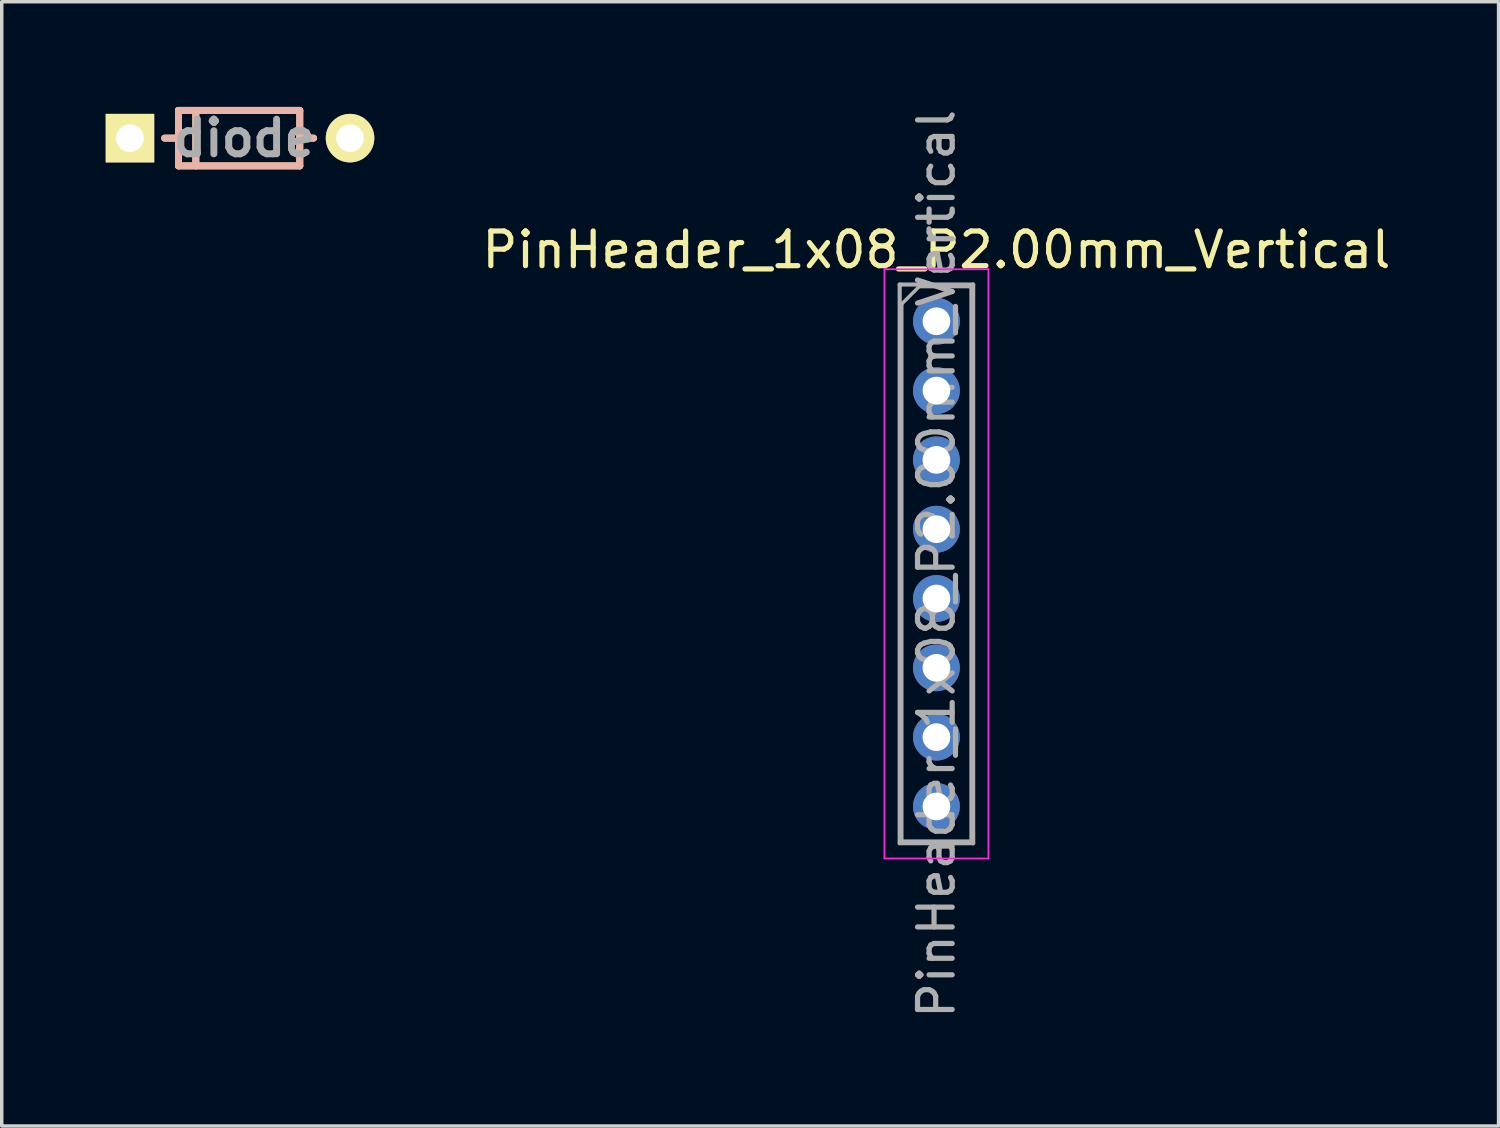
<source format=kicad_pcb>
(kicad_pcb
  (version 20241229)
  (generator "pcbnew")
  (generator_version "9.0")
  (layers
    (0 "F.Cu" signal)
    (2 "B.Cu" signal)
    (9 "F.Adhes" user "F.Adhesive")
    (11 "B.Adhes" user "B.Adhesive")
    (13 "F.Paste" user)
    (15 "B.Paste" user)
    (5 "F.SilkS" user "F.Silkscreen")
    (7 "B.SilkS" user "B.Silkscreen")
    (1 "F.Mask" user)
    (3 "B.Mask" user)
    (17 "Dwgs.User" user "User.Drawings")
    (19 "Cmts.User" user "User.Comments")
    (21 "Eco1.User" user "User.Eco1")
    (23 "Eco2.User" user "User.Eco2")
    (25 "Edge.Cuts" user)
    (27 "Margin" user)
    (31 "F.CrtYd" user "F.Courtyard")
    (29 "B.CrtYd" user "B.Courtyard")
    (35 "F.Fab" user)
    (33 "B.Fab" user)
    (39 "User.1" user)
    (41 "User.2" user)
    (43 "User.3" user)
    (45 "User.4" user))
  (footprint "diode"
    (layer "F.Cu")
    (at 0.7 0.936)
    (property "Reference" "diode" (at 3.302 0 0) (layer "F.Fab") (effects (font (size 1 1) (thickness 0.2))))
    (attr through_hole)
    (fp_line (start 1.4 -0.8) (end 4.9 -0.8) (stroke (width 0.2) (type solid)) (layer "F.SilkS"))
    (fp_line (start 1.4 0) (end 1 0) (stroke (width 0.2) (type solid)) (layer "F.SilkS"))
    (fp_line (start 1.4 0.8) (end 1.4 -0.8) (stroke (width 0.2) (type solid)) (layer "F.SilkS"))
    (fp_line (start 1.9 -0.8) (end 1.9 0.8) (stroke (width 0.2) (type solid)) (layer "F.SilkS"))
    (fp_line (start 4.9 -0.8) (end 4.9 0.8) (stroke (width 0.2) (type solid)) (layer "F.SilkS"))
    (fp_line (start 4.9 0) (end 5.3 0) (stroke (width 0.2) (type solid)) (layer "F.SilkS"))
    (fp_line (start 4.9 0.8) (end 1.4 0.8) (stroke (width 0.2) (type solid)) (layer "F.SilkS"))
    (fp_line (start 1.399 -0.8) (end 1.399 0.8) (stroke (width 0.2) (type solid)) (layer "B.SilkS"))
    (fp_line (start 1.399 0) (end 0.999 0) (stroke (width 0.2) (type solid)) (layer "B.SilkS"))
    (fp_line (start 1.399 0.8) (end 4.899 0.8) (stroke (width 0.2) (type solid)) (layer "B.SilkS"))
    (fp_line (start 1.9 -0.8) (end 1.9 0.8) (stroke (width 0.2) (type solid)) (layer "B.SilkS"))
    (fp_line (start 4.899 -0.8) (end 1.399 -0.8) (stroke (width 0.2) (type solid)) (layer "B.SilkS"))
    (fp_line (start 4.899 0) (end 5.299 0) (stroke (width 0.2) (type solid)) (layer "B.SilkS"))
    (fp_line (start 4.899 0.8) (end 4.899 -0.8) (stroke (width 0.2) (type solid)) (layer "B.SilkS"))
    (pad "1" thru_hole rect (at 0 0) (size 1.4 1.4) (drill 0.8) (layers "*.Cu" "*.Mask" "F.SilkS"))
    (pad "2" thru_hole circle (at 6.35 0) (size 1.4 1.4) (drill 0.8) (layers "*.Cu" "*.Mask" "F.SilkS")))
  (footprint "PinHeader_1x08_P2.00mm_Vertical"
    (layer "F.Cu")
    (at 23.97 6.22)
    (property "Reference" "PinHeader_1x08_P2.00mm_Vertical" (at 0 -2.06 0) (layer "F.SilkS") (effects (font (size 1 1) (thickness 0.15))))
    (attr through_hole)
    (fp_line (start -1.5 -1.5) (end -1.5 15.5) (stroke (width 0.05) (type solid)) (layer "F.CrtYd"))
    (fp_line (start -1.5 15.5) (end 1.5 15.5) (stroke (width 0.05) (type solid)) (layer "F.CrtYd"))
    (fp_line (start 1.5 -1.5) (end -1.5 -1.5) (stroke (width 0.05) (type solid)) (layer "F.CrtYd"))
    (fp_line (start 1.5 15.5) (end 1.5 -1.5) (stroke (width 0.05) (type solid)) (layer "F.CrtYd"))
    (fp_line (start -1.06 -1.06) (end -1.06 15.06) (stroke (width 0.12) (type solid)) (layer "F.Fab"))
    (fp_line (start -1.06 -1.06) (end 1.06 -1.06) (stroke (width 0.12) (type solid)) (layer "F.Fab"))
    (fp_line (start -1.06 15.06) (end 1.06 15.06) (stroke (width 0.12) (type solid)) (layer "F.Fab"))
    (fp_line (start -1 -0.5) (end -0.5 -1) (stroke (width 0.1) (type solid)) (layer "F.Fab"))
    (fp_line (start -1 15) (end -1 -0.5) (stroke (width 0.1) (type solid)) (layer "F.Fab"))
    (fp_line (start -0.5 -1) (end 1 -1) (stroke (width 0.1) (type solid)) (layer "F.Fab"))
    (fp_line (start 1 -1) (end 1 15) (stroke (width 0.1) (type solid)) (layer "F.Fab"))
    (fp_line (start 1 15) (end -1 15) (stroke (width 0.1) (type solid)) (layer "F.Fab"))
    (fp_line (start 1.06 -1.06) (end 1.06 15.06) (stroke (width 0.12) (type solid)) (layer "F.Fab"))
    (fp_text user "${REFERENCE}" (at 0 7 90) (layer "F.Fab") (effects (font (size 1 1) (thickness 0.15))))
    (pad "1" thru_hole circle (at 0 0) (size 1.35 1.35) (drill 0.8) (layers "*.Cu" "*.Mask"))
    (pad "2" thru_hole oval (at 0 2) (size 1.35 1.35) (drill 0.8) (layers "*.Cu" "*.Mask"))
    (pad "3" thru_hole oval (at 0 4) (size 1.35 1.35) (drill 0.8) (layers "*.Cu" "*.Mask"))
    (pad "4" thru_hole oval (at 0 6) (size 1.35 1.35) (drill 0.8) (layers "*.Cu" "*.Mask"))
    (pad "5" thru_hole oval (at 0 8) (size 1.35 1.35) (drill 0.8) (layers "*.Cu" "*.Mask"))
    (pad "6" thru_hole oval (at 0 10) (size 1.35 1.35) (drill 0.8) (layers "*.Cu" "*.Mask"))
    (pad "7" thru_hole oval (at 0 12) (size 1.35 1.35) (drill 0.8) (layers "*.Cu" "*.Mask"))
    (pad "8" thru_hole oval (at 0 14) (size 1.35 1.35) (drill 0.8) (layers "*.Cu" "*.Mask")))
  (gr_rect
    (start -3 -3)
    (end 40.19 29.44)
    (stroke (width 0.1) (type default))
    (fill no)
    (layer "Edge.Cuts")))
</source>
